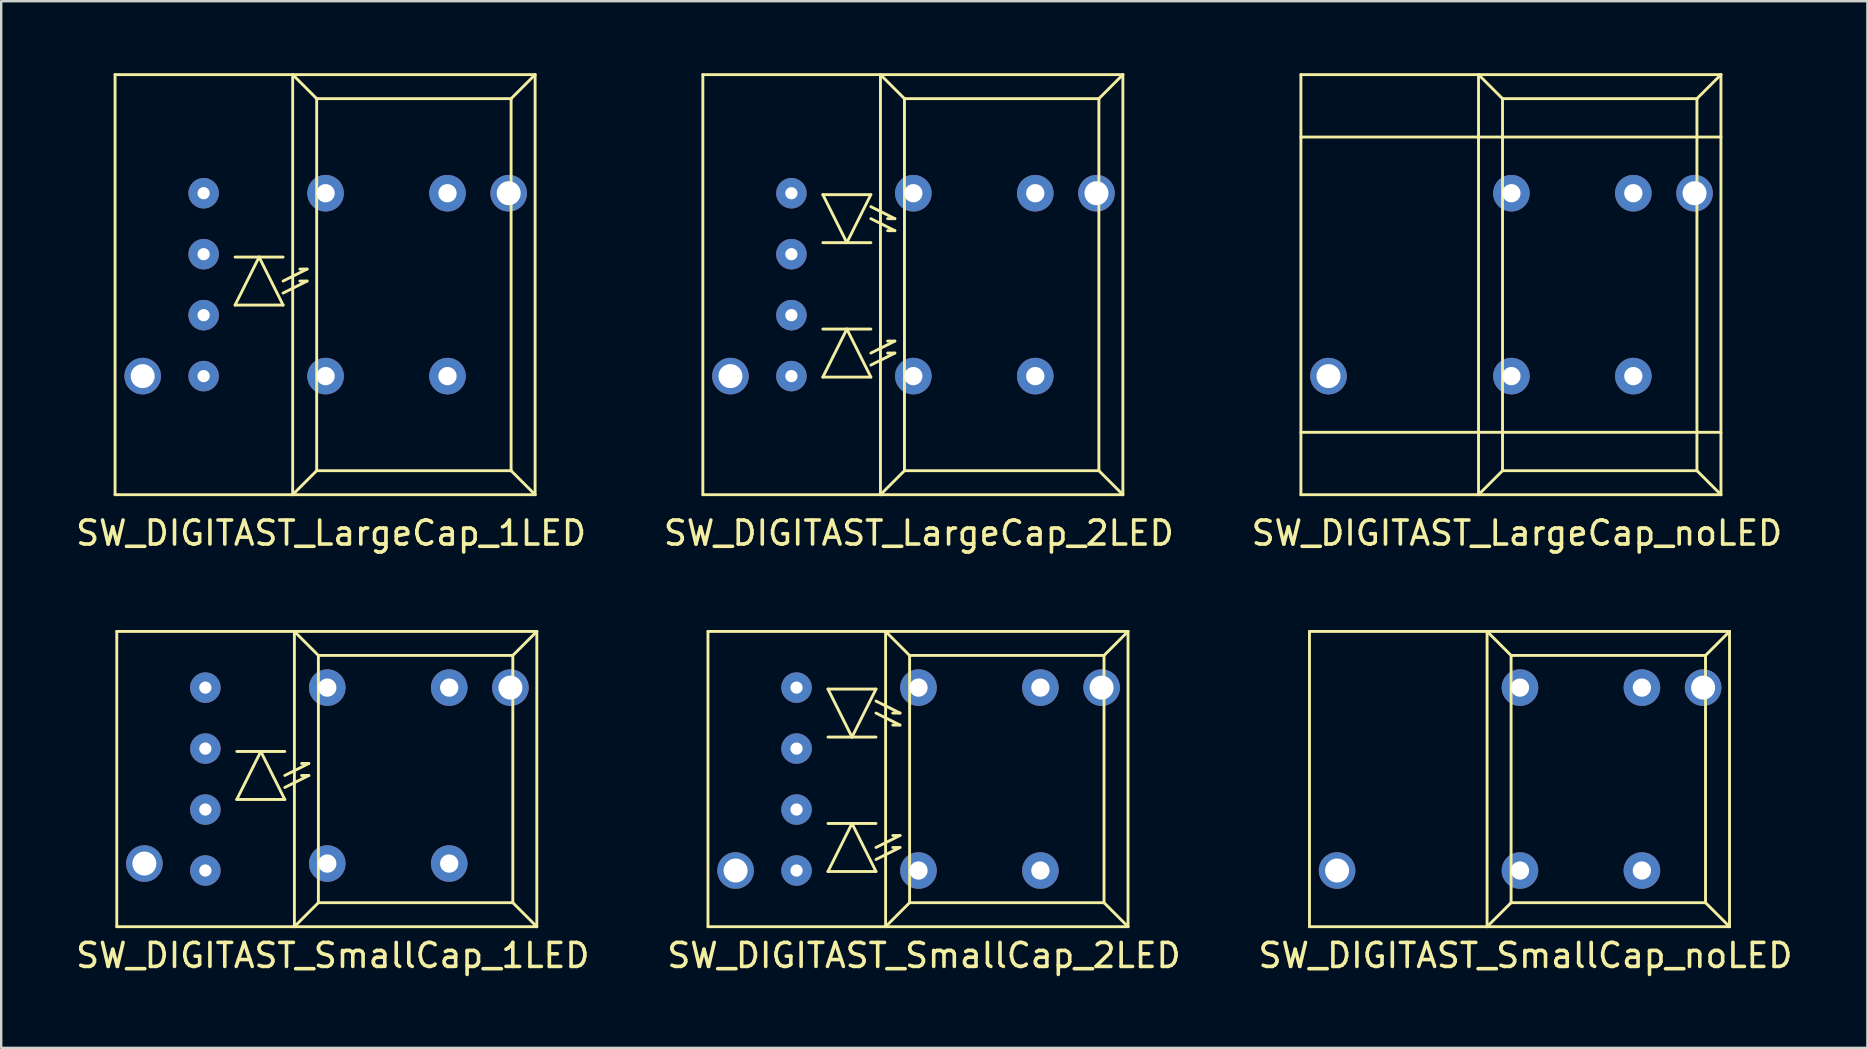
<source format=kicad_pcb>
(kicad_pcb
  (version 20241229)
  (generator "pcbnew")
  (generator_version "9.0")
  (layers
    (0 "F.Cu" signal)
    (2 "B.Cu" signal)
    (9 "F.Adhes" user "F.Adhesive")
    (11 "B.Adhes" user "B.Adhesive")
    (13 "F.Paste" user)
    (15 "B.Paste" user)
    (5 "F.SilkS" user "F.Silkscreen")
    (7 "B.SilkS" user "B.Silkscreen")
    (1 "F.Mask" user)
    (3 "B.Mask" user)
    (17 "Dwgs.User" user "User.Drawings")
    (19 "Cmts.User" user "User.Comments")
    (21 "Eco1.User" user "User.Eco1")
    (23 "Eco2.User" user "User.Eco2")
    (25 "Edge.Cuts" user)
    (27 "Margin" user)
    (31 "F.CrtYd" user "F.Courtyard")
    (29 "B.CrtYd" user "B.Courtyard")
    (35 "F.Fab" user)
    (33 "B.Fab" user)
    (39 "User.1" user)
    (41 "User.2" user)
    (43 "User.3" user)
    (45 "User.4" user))
  (footprint "SW_DIGITAST_SmallCap_2LED"
    (layer "F.Cu")
    (at 26.446 23.258)
    (property "Reference" "SW_DIGITAST_SmallCap_2LED" (at 9 13.5 0) (layer "F.SilkS") (effects (font (size 1 1) (thickness 0.15))))
    (attr through_hole)
    (fp_line (start 0 0) (end 17.5 0) (stroke (width 0.12) (type solid)) (layer "F.SilkS"))
    (fp_line (start 0 12.3) (end 0 0) (stroke (width 0.12) (type solid)) (layer "F.SilkS"))
    (fp_line (start 5 2.4) (end 7 2.4) (stroke (width 0.12) (type solid)) (layer "F.SilkS"))
    (fp_line (start 5 4.4) (end 7 4.4) (stroke (width 0.12) (type solid)) (layer "F.SilkS"))
    (fp_line (start 5 8) (end 7 8) (stroke (width 0.12) (type solid)) (layer "F.SilkS"))
    (fp_line (start 5 10) (end 7 10) (stroke (width 0.12) (type solid)) (layer "F.SilkS"))
    (fp_line (start 6 4.4) (end 5 2.4) (stroke (width 0.12) (type solid)) (layer "F.SilkS"))
    (fp_line (start 6 8) (end 5 10) (stroke (width 0.12) (type solid)) (layer "F.SilkS"))
    (fp_line (start 7 2.4) (end 6 4.4) (stroke (width 0.12) (type solid)) (layer "F.SilkS"))
    (fp_line (start 7 2.9) (end 8 3.4) (stroke (width 0.12) (type solid)) (layer "F.SilkS"))
    (fp_line (start 7 3.4) (end 8 3.9) (stroke (width 0.12) (type solid)) (layer "F.SilkS"))
    (fp_line (start 7 9) (end 8 8.5) (stroke (width 0.12) (type solid)) (layer "F.SilkS"))
    (fp_line (start 7 9.5) (end 8 9) (stroke (width 0.12) (type solid)) (layer "F.SilkS"))
    (fp_line (start 7 10) (end 6 8) (stroke (width 0.12) (type solid)) (layer "F.SilkS"))
    (fp_line (start 7.4 0) (end 7.4 12.3) (stroke (width 0.12) (type solid)) (layer "F.SilkS"))
    (fp_line (start 7.4 12.3) (end 8.4 11.3) (stroke (width 0.12) (type solid)) (layer "F.SilkS"))
    (fp_line (start 8 3.4) (end 7.7 3.4) (stroke (width 0.12) (type solid)) (layer "F.SilkS"))
    (fp_line (start 8 3.9) (end 7.7 3.9) (stroke (width 0.12) (type solid)) (layer "F.SilkS"))
    (fp_line (start 8 8.5) (end 7.7 8.5) (stroke (width 0.12) (type solid)) (layer "F.SilkS"))
    (fp_line (start 8 9) (end 7.7 9) (stroke (width 0.12) (type solid)) (layer "F.SilkS"))
    (fp_line (start 8.4 1) (end 7.4 0) (stroke (width 0.12) (type solid)) (layer "F.SilkS"))
    (fp_line (start 8.4 1) (end 8.4 11.3) (stroke (width 0.12) (type solid)) (layer "F.SilkS"))
    (fp_line (start 8.4 11.3) (end 16.5 11.3) (stroke (width 0.12) (type solid)) (layer "F.SilkS"))
    (fp_line (start 16.5 1) (end 8.4 1) (stroke (width 0.12) (type solid)) (layer "F.SilkS"))
    (fp_line (start 16.5 1) (end 17.5 0) (stroke (width 0.12) (type solid)) (layer "F.SilkS"))
    (fp_line (start 16.5 11.3) (end 16.5 1) (stroke (width 0.12) (type solid)) (layer "F.SilkS"))
    (fp_line (start 16.5 11.3) (end 17.5 12.3) (stroke (width 0.12) (type solid)) (layer "F.SilkS"))
    (fp_line (start 17.5 0) (end 17.5 12.3) (stroke (width 0.12) (type solid)) (layer "F.SilkS"))
    (fp_line (start 17.5 12.3) (end 0 12.3) (stroke (width 0.12) (type solid)) (layer "F.SilkS"))
    (pad "" thru_hole circle (at 1.15 9.96) (size 1.524 1.524) (drill 1) (layers "*.Cu" "*.Mask"))
    (pad "" thru_hole circle (at 16.4 2.34) (size 1.524 1.524) (drill 1) (layers "*.Cu" "*.Mask"))
    (pad "0" thru_hole circle (at 8.77 2.34) (size 1.524 1.524) (drill 0.762) (layers "*.Cu" "*.Mask"))
    (pad "0" thru_hole circle (at 8.77 9.96) (size 1.524 1.524) (drill 0.762) (layers "*.Cu" "*.Mask"))
    (pad "1" thru_hole circle (at 13.85 9.96) (size 1.524 1.524) (drill 0.762) (layers "*.Cu" "*.Mask"))
    (pad "2" thru_hole circle (at 13.85 2.34) (size 1.524 1.524) (drill 0.762) (layers "*.Cu" "*.Mask"))
    (pad "3" thru_hole circle (at 3.69 9.96) (size 1.27 1.27) (drill 0.508) (layers "*.Cu" "*.Mask"))
    (pad "4" thru_hole circle (at 3.69 7.42) (size 1.27 1.27) (drill 0.508) (layers "*.Cu" "*.Mask"))
    (pad "5" thru_hole circle (at 3.69 4.88) (size 1.27 1.27) (drill 0.508) (layers "*.Cu" "*.Mask"))
    (pad "6" thru_hole circle (at 3.69 2.34) (size 1.27 1.27) (drill 0.508) (layers "*.Cu" "*.Mask")))
  (footprint "SW_DIGITAST_LargeCap_1LED"
    (layer "F.Cu")
    (at 1.744 2.66)
    (property "Reference" "SW_DIGITAST_LargeCap_1LED" (at 9 16.5 0) (layer "F.SilkS") (effects (font (size 1 1) (thickness 0.15))))
    (attr through_hole)
    (fp_line (start 0 -2.6) (end 17.5 -2.6) (stroke (width 0.12) (type solid)) (layer "F.SilkS"))
    (fp_line (start 0 14.9) (end 0 -2.6) (stroke (width 0.12) (type solid)) (layer "F.SilkS"))
    (fp_line (start 5 5) (end 7 5) (stroke (width 0.12) (type solid)) (layer "F.SilkS"))
    (fp_line (start 5 7) (end 7 7) (stroke (width 0.12) (type solid)) (layer "F.SilkS"))
    (fp_line (start 6 5) (end 5 7) (stroke (width 0.12) (type solid)) (layer "F.SilkS"))
    (fp_line (start 7 6) (end 8 5.5) (stroke (width 0.12) (type solid)) (layer "F.SilkS"))
    (fp_line (start 7 6.5) (end 8 6) (stroke (width 0.12) (type solid)) (layer "F.SilkS"))
    (fp_line (start 7 7) (end 6 5) (stroke (width 0.12) (type solid)) (layer "F.SilkS"))
    (fp_line (start 7.4 -2.6) (end 7.4 14.9) (stroke (width 0.12) (type solid)) (layer "F.SilkS"))
    (fp_line (start 7.4 14.9) (end 8.4 13.9) (stroke (width 0.12) (type solid)) (layer "F.SilkS"))
    (fp_line (start 8 5.5) (end 7.7 5.5) (stroke (width 0.12) (type solid)) (layer "F.SilkS"))
    (fp_line (start 8 6) (end 7.7 6) (stroke (width 0.12) (type solid)) (layer "F.SilkS"))
    (fp_line (start 8.4 -1.6) (end 7.4 -2.6) (stroke (width 0.12) (type solid)) (layer "F.SilkS"))
    (fp_line (start 8.4 -1.6) (end 8.4 13.9) (stroke (width 0.12) (type solid)) (layer "F.SilkS"))
    (fp_line (start 8.4 13.9) (end 16.5 13.9) (stroke (width 0.12) (type solid)) (layer "F.SilkS"))
    (fp_line (start 16.5 -1.6) (end 8.4 -1.6) (stroke (width 0.12) (type solid)) (layer "F.SilkS"))
    (fp_line (start 16.5 -1.6) (end 17.5 -2.6) (stroke (width 0.12) (type solid)) (layer "F.SilkS"))
    (fp_line (start 16.5 13.9) (end 16.5 -1.6) (stroke (width 0.12) (type solid)) (layer "F.SilkS"))
    (fp_line (start 16.5 13.9) (end 17.5 14.9) (stroke (width 0.12) (type solid)) (layer "F.SilkS"))
    (fp_line (start 17.5 -2.6) (end 17.5 14.9) (stroke (width 0.12) (type solid)) (layer "F.SilkS"))
    (fp_line (start 17.5 14.9) (end 0 14.9) (stroke (width 0.12) (type solid)) (layer "F.SilkS"))
    (pad "" thru_hole circle (at 1.15 9.96) (size 1.524 1.524) (drill 1) (layers "*.Cu" "*.Mask"))
    (pad "" thru_hole circle (at 16.4 2.34) (size 1.524 1.524) (drill 1) (layers "*.Cu" "*.Mask"))
    (pad "0" thru_hole circle (at 8.77 2.34) (size 1.524 1.524) (drill 0.762) (layers "*.Cu" "*.Mask"))
    (pad "0" thru_hole circle (at 8.77 9.96) (size 1.524 1.524) (drill 0.762) (layers "*.Cu" "*.Mask"))
    (pad "1" thru_hole circle (at 13.85 9.96) (size 1.524 1.524) (drill 0.762) (layers "*.Cu" "*.Mask"))
    (pad "2" thru_hole circle (at 13.85 2.34) (size 1.524 1.524) (drill 0.762) (layers "*.Cu" "*.Mask"))
    (pad "3" thru_hole circle (at 3.69 7.42) (size 1.27 1.27) (drill 0.508) (layers "*.Cu" "*.Mask"))
    (pad "3" thru_hole circle (at 3.69 9.96) (size 1.27 1.27) (drill 0.508) (layers "*.Cu" "*.Mask"))
    (pad "4" thru_hole circle (at 3.69 2.34) (size 1.27 1.27) (drill 0.508) (layers "*.Cu" "*.Mask"))
    (pad "4" thru_hole circle (at 3.69 4.88) (size 1.27 1.27) (drill 0.508) (layers "*.Cu" "*.Mask")))
  (footprint "SW_DIGITAST_SmallCap_noLED"
    (layer "F.Cu")
    (at 51.506 23.258)
    (property "Reference" "SW_DIGITAST_SmallCap_noLED" (at 9 13.5 0) (layer "F.SilkS") (effects (font (size 1 1) (thickness 0.15))))
    (attr through_hole)
    (fp_line (start 0 0) (end 17.5 0) (stroke (width 0.12) (type solid)) (layer "F.SilkS"))
    (fp_line (start 0 12.3) (end 0 0) (stroke (width 0.12) (type solid)) (layer "F.SilkS"))
    (fp_line (start 7.4 0) (end 7.4 12.3) (stroke (width 0.12) (type solid)) (layer "F.SilkS"))
    (fp_line (start 7.4 12.3) (end 8.4 11.3) (stroke (width 0.12) (type solid)) (layer "F.SilkS"))
    (fp_line (start 8.4 1) (end 7.4 0) (stroke (width 0.12) (type solid)) (layer "F.SilkS"))
    (fp_line (start 8.4 1) (end 8.4 11.3) (stroke (width 0.12) (type solid)) (layer "F.SilkS"))
    (fp_line (start 8.4 11.3) (end 16.5 11.3) (stroke (width 0.12) (type solid)) (layer "F.SilkS"))
    (fp_line (start 16.5 1) (end 8.4 1) (stroke (width 0.12) (type solid)) (layer "F.SilkS"))
    (fp_line (start 16.5 1) (end 17.5 0) (stroke (width 0.12) (type solid)) (layer "F.SilkS"))
    (fp_line (start 16.5 11.3) (end 16.5 1) (stroke (width 0.12) (type solid)) (layer "F.SilkS"))
    (fp_line (start 16.5 11.3) (end 17.5 12.3) (stroke (width 0.12) (type solid)) (layer "F.SilkS"))
    (fp_line (start 17.5 0) (end 17.5 12.3) (stroke (width 0.12) (type solid)) (layer "F.SilkS"))
    (fp_line (start 17.5 12.3) (end 0 12.3) (stroke (width 0.12) (type solid)) (layer "F.SilkS"))
    (pad "" thru_hole circle (at 1.15 9.96) (size 1.524 1.524) (drill 1) (layers "*.Cu" "*.Mask"))
    (pad "" thru_hole circle (at 16.4 2.34) (size 1.524 1.524) (drill 1) (layers "*.Cu" "*.Mask"))
    (pad "0" thru_hole circle (at 8.77 2.34) (size 1.524 1.524) (drill 0.762) (layers "*.Cu" "*.Mask"))
    (pad "0" thru_hole circle (at 8.77 9.96) (size 1.524 1.524) (drill 0.762) (layers "*.Cu" "*.Mask"))
    (pad "1" thru_hole circle (at 13.85 9.96) (size 1.524 1.524) (drill 0.762) (layers "*.Cu" "*.Mask"))
    (pad "2" thru_hole circle (at 13.85 2.34) (size 1.524 1.524) (drill 0.762) (layers "*.Cu" "*.Mask")))
  (footprint "SW_DIGITAST_LargeCap_noLED"
    (layer "F.Cu")
    (at 51.149 2.66)
    (property "Reference" "SW_DIGITAST_LargeCap_noLED" (at 9 16.5 0) (layer "F.SilkS") (effects (font (size 1 1) (thickness 0.15))))
    (attr through_hole)
    (fp_line (start 0 -2.6) (end 17.5 -2.6) (stroke (width 0.12) (type solid)) (layer "F.SilkS"))
    (fp_line (start 0 0) (end 17.5 0) (stroke (width 0.12) (type solid)) (layer "F.SilkS"))
    (fp_line (start 0 12.3) (end 17.5 12.3) (stroke (width 0.12) (type solid)) (layer "F.SilkS"))
    (fp_line (start 0 14.9) (end 0 -2.6) (stroke (width 0.12) (type solid)) (layer "F.SilkS"))
    (fp_line (start 7.4 -2.6) (end 7.4 14.9) (stroke (width 0.12) (type solid)) (layer "F.SilkS"))
    (fp_line (start 7.4 14.9) (end 8.4 13.9) (stroke (width 0.12) (type solid)) (layer "F.SilkS"))
    (fp_line (start 8.4 -1.6) (end 7.4 -2.6) (stroke (width 0.12) (type solid)) (layer "F.SilkS"))
    (fp_line (start 8.4 -1.6) (end 8.4 13.9) (stroke (width 0.12) (type solid)) (layer "F.SilkS"))
    (fp_line (start 8.4 13.9) (end 16.5 13.9) (stroke (width 0.12) (type solid)) (layer "F.SilkS"))
    (fp_line (start 16.5 -1.6) (end 8.4 -1.6) (stroke (width 0.12) (type solid)) (layer "F.SilkS"))
    (fp_line (start 16.5 -1.6) (end 17.5 -2.6) (stroke (width 0.12) (type solid)) (layer "F.SilkS"))
    (fp_line (start 16.5 13.9) (end 16.5 -1.6) (stroke (width 0.12) (type solid)) (layer "F.SilkS"))
    (fp_line (start 16.5 13.9) (end 17.5 14.9) (stroke (width 0.12) (type solid)) (layer "F.SilkS"))
    (fp_line (start 17.5 -2.6) (end 17.5 14.9) (stroke (width 0.12) (type solid)) (layer "F.SilkS"))
    (fp_line (start 17.5 14.9) (end 0 14.9) (stroke (width 0.12) (type solid)) (layer "F.SilkS"))
    (pad "" thru_hole circle (at 1.15 9.96) (size 1.524 1.524) (drill 1) (layers "*.Cu" "*.Mask"))
    (pad "" thru_hole circle (at 16.4 2.34) (size 1.524 1.524) (drill 1) (layers "*.Cu" "*.Mask"))
    (pad "0" thru_hole circle (at 8.77 2.34) (size 1.524 1.524) (drill 0.762) (layers "*.Cu" "*.Mask"))
    (pad "0" thru_hole circle (at 8.77 9.96) (size 1.524 1.524) (drill 0.762) (layers "*.Cu" "*.Mask"))
    (pad "1" thru_hole circle (at 13.85 9.96) (size 1.524 1.524) (drill 0.762) (layers "*.Cu" "*.Mask"))
    (pad "2" thru_hole circle (at 13.85 2.34) (size 1.524 1.524) (drill 0.762) (layers "*.Cu" "*.Mask")))
  (footprint "SW_DIGITAST_LargeCap_2LED"
    (layer "F.Cu")
    (at 26.232 2.66)
    (property "Reference" "SW_DIGITAST_LargeCap_2LED" (at 9 16.5 0) (layer "F.SilkS") (effects (font (size 1 1) (thickness 0.15))))
    (attr through_hole)
    (fp_line (start 0 -2.6) (end 17.5 -2.6) (stroke (width 0.12) (type solid)) (layer "F.SilkS"))
    (fp_line (start 0 14.9) (end 0 -2.6) (stroke (width 0.12) (type solid)) (layer "F.SilkS"))
    (fp_line (start 5 2.4) (end 7 2.4) (stroke (width 0.12) (type solid)) (layer "F.SilkS"))
    (fp_line (start 5 4.4) (end 7 4.4) (stroke (width 0.12) (type solid)) (layer "F.SilkS"))
    (fp_line (start 5 8) (end 7 8) (stroke (width 0.12) (type solid)) (layer "F.SilkS"))
    (fp_line (start 5 10) (end 7 10) (stroke (width 0.12) (type solid)) (layer "F.SilkS"))
    (fp_line (start 6 4.4) (end 5 2.4) (stroke (width 0.12) (type solid)) (layer "F.SilkS"))
    (fp_line (start 6 8) (end 5 10) (stroke (width 0.12) (type solid)) (layer "F.SilkS"))
    (fp_line (start 7 2.4) (end 6 4.4) (stroke (width 0.12) (type solid)) (layer "F.SilkS"))
    (fp_line (start 7 2.9) (end 8 3.4) (stroke (width 0.12) (type solid)) (layer "F.SilkS"))
    (fp_line (start 7 3.4) (end 8 3.9) (stroke (width 0.12) (type solid)) (layer "F.SilkS"))
    (fp_line (start 7 9) (end 8 8.5) (stroke (width 0.12) (type solid)) (layer "F.SilkS"))
    (fp_line (start 7 9.5) (end 8 9) (stroke (width 0.12) (type solid)) (layer "F.SilkS"))
    (fp_line (start 7 10) (end 6 8) (stroke (width 0.12) (type solid)) (layer "F.SilkS"))
    (fp_line (start 7.4 -2.6) (end 7.4 14.9) (stroke (width 0.12) (type solid)) (layer "F.SilkS"))
    (fp_line (start 7.4 14.9) (end 8.4 13.9) (stroke (width 0.12) (type solid)) (layer "F.SilkS"))
    (fp_line (start 8 3.4) (end 7.7 3.4) (stroke (width 0.12) (type solid)) (layer "F.SilkS"))
    (fp_line (start 8 3.9) (end 7.7 3.9) (stroke (width 0.12) (type solid)) (layer "F.SilkS"))
    (fp_line (start 8 8.5) (end 7.7 8.5) (stroke (width 0.12) (type solid)) (layer "F.SilkS"))
    (fp_line (start 8 9) (end 7.7 9) (stroke (width 0.12) (type solid)) (layer "F.SilkS"))
    (fp_line (start 8.4 -1.6) (end 7.4 -2.6) (stroke (width 0.12) (type solid)) (layer "F.SilkS"))
    (fp_line (start 8.4 -1.6) (end 8.4 13.9) (stroke (width 0.12) (type solid)) (layer "F.SilkS"))
    (fp_line (start 8.4 13.9) (end 16.5 13.9) (stroke (width 0.12) (type solid)) (layer "F.SilkS"))
    (fp_line (start 16.5 -1.6) (end 8.4 -1.6) (stroke (width 0.12) (type solid)) (layer "F.SilkS"))
    (fp_line (start 16.5 -1.6) (end 17.5 -2.6) (stroke (width 0.12) (type solid)) (layer "F.SilkS"))
    (fp_line (start 16.5 13.9) (end 16.5 -1.6) (stroke (width 0.12) (type solid)) (layer "F.SilkS"))
    (fp_line (start 16.5 13.9) (end 17.5 14.9) (stroke (width 0.12) (type solid)) (layer "F.SilkS"))
    (fp_line (start 17.5 -2.6) (end 17.5 14.9) (stroke (width 0.12) (type solid)) (layer "F.SilkS"))
    (fp_line (start 17.5 14.9) (end 0 14.9) (stroke (width 0.12) (type solid)) (layer "F.SilkS"))
    (pad "" thru_hole circle (at 1.15 9.96) (size 1.524 1.524) (drill 1) (layers "*.Cu" "*.Mask"))
    (pad "" thru_hole circle (at 16.4 2.34) (size 1.524 1.524) (drill 1) (layers "*.Cu" "*.Mask"))
    (pad "0" thru_hole circle (at 8.77 2.34) (size 1.524 1.524) (drill 0.762) (layers "*.Cu" "*.Mask"))
    (pad "0" thru_hole circle (at 8.77 9.96) (size 1.524 1.524) (drill 0.762) (layers "*.Cu" "*.Mask"))
    (pad "1" thru_hole circle (at 13.85 9.96) (size 1.524 1.524) (drill 0.762) (layers "*.Cu" "*.Mask"))
    (pad "2" thru_hole circle (at 13.85 2.34) (size 1.524 1.524) (drill 0.762) (layers "*.Cu" "*.Mask"))
    (pad "3" thru_hole circle (at 3.69 9.96) (size 1.27 1.27) (drill 0.508) (layers "*.Cu" "*.Mask"))
    (pad "4" thru_hole circle (at 3.69 7.42) (size 1.27 1.27) (drill 0.508) (layers "*.Cu" "*.Mask"))
    (pad "5" thru_hole circle (at 3.69 4.88) (size 1.27 1.27) (drill 0.508) (layers "*.Cu" "*.Mask"))
    (pad "6" thru_hole circle (at 3.69 2.34) (size 1.27 1.27) (drill 0.508) (layers "*.Cu" "*.Mask")))
  (footprint "SW_DIGITAST_SmallCap_1LED"
    (layer "F.Cu")
    (at 1.815 23.258)
    (property "Reference" "SW_DIGITAST_SmallCap_1LED" (at 9 13.5 0) (layer "F.SilkS") (effects (font (size 1 1) (thickness 0.15))))
    (attr through_hole)
    (fp_line (start 0 0) (end 17.5 0) (stroke (width 0.12) (type solid)) (layer "F.SilkS"))
    (fp_line (start 0 12.3) (end 0 0) (stroke (width 0.12) (type solid)) (layer "F.SilkS"))
    (fp_line (start 5 5) (end 7 5) (stroke (width 0.12) (type solid)) (layer "F.SilkS"))
    (fp_line (start 5 7) (end 7 7) (stroke (width 0.12) (type solid)) (layer "F.SilkS"))
    (fp_line (start 6 5) (end 5 7) (stroke (width 0.12) (type solid)) (layer "F.SilkS"))
    (fp_line (start 7 6) (end 8 5.5) (stroke (width 0.12) (type solid)) (layer "F.SilkS"))
    (fp_line (start 7 6.5) (end 8 6) (stroke (width 0.12) (type solid)) (layer "F.SilkS"))
    (fp_line (start 7 7) (end 6 5) (stroke (width 0.12) (type solid)) (layer "F.SilkS"))
    (fp_line (start 7.4 0) (end 7.4 12.3) (stroke (width 0.12) (type solid)) (layer "F.SilkS"))
    (fp_line (start 7.4 12.3) (end 8.4 11.3) (stroke (width 0.12) (type solid)) (layer "F.SilkS"))
    (fp_line (start 8 5.5) (end 7.7 5.5) (stroke (width 0.12) (type solid)) (layer "F.SilkS"))
    (fp_line (start 8 6) (end 7.7 6) (stroke (width 0.12) (type solid)) (layer "F.SilkS"))
    (fp_line (start 8.4 1) (end 7.4 0) (stroke (width 0.12) (type solid)) (layer "F.SilkS"))
    (fp_line (start 8.4 1) (end 8.4 11.3) (stroke (width 0.12) (type solid)) (layer "F.SilkS"))
    (fp_line (start 8.4 11.3) (end 16.5 11.3) (stroke (width 0.12) (type solid)) (layer "F.SilkS"))
    (fp_line (start 16.5 1) (end 8.4 1) (stroke (width 0.12) (type solid)) (layer "F.SilkS"))
    (fp_line (start 16.5 1) (end 17.5 0) (stroke (width 0.12) (type solid)) (layer "F.SilkS"))
    (fp_line (start 16.5 11.3) (end 16.5 1) (stroke (width 0.12) (type solid)) (layer "F.SilkS"))
    (fp_line (start 16.5 11.3) (end 17.5 12.3) (stroke (width 0.12) (type solid)) (layer "F.SilkS"))
    (fp_line (start 17.5 0) (end 17.5 12.3) (stroke (width 0.12) (type solid)) (layer "F.SilkS"))
    (fp_line (start 17.5 12.3) (end 0 12.3) (stroke (width 0.12) (type solid)) (layer "F.SilkS"))
    (pad "" thru_hole circle (at 1.15 9.67) (size 1.524 1.524) (drill 1) (layers "*.Cu" "*.Mask"))
    (pad "" thru_hole circle (at 16.4 2.34) (size 1.524 1.524) (drill 1) (layers "*.Cu" "*.Mask"))
    (pad "0" thru_hole circle (at 8.77 2.34) (size 1.524 1.524) (drill 0.762) (layers "*.Cu" "*.Mask"))
    (pad "0" thru_hole circle (at 8.77 9.67) (size 1.524 1.524) (drill 0.762) (layers "*.Cu" "*.Mask"))
    (pad "1" thru_hole circle (at 13.85 9.67) (size 1.524 1.524) (drill 0.762) (layers "*.Cu" "*.Mask"))
    (pad "2" thru_hole circle (at 13.85 2.34) (size 1.524 1.524) (drill 0.762) (layers "*.Cu" "*.Mask"))
    (pad "3" thru_hole circle (at 3.69 7.42) (size 1.27 1.27) (drill 0.508) (layers "*.Cu" "*.Mask"))
    (pad "3" thru_hole circle (at 3.69 9.96) (size 1.27 1.27) (drill 0.508) (layers "*.Cu" "*.Mask"))
    (pad "4" thru_hole circle (at 3.69 2.34) (size 1.27 1.27) (drill 0.508) (layers "*.Cu" "*.Mask"))
    (pad "4" thru_hole circle (at 3.69 4.88) (size 1.27 1.27) (drill 0.508) (layers "*.Cu" "*.Mask")))
  (gr_rect
    (start -3 -3)
    (end 74.75 40.606)
    (stroke (width 0.1) (type default))
    (fill no)
    (layer "Edge.Cuts")))
</source>
